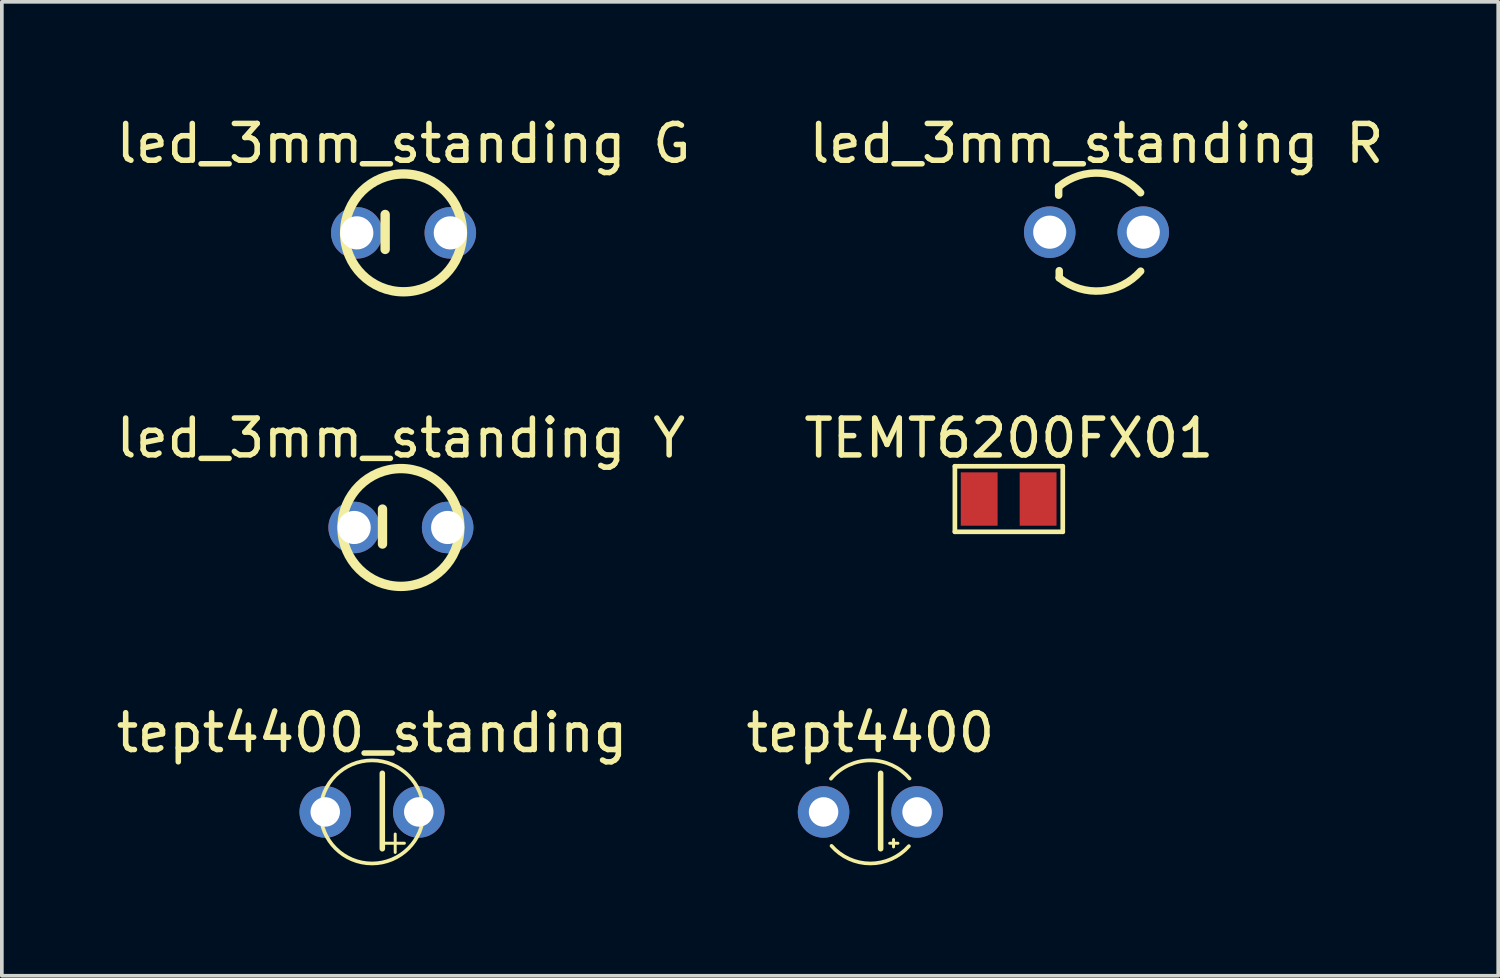
<source format=kicad_pcb>
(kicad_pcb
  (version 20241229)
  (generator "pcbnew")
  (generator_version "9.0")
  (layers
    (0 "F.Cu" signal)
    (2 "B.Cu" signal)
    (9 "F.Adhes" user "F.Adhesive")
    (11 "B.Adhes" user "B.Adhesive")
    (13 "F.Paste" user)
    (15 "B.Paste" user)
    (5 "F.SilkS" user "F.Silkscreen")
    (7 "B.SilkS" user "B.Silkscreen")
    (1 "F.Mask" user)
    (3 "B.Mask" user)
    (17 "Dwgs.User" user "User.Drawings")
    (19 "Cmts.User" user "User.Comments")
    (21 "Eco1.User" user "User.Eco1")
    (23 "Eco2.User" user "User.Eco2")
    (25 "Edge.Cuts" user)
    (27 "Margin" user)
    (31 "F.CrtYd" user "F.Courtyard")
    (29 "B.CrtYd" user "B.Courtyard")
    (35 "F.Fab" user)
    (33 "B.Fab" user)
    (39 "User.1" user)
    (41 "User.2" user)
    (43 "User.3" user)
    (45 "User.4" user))
  (footprint "tept4400"
    (layer "F.Cu")
    (at 20.589 19.003)
    (property "Reference" "tept4400" (at 0 -2.15 0) (layer "F.SilkS") (effects (font (size 1 1) (thickness 0.15))))
    (fp_line (start 0.28 1) (end 0.28 -1.05) (stroke (width 0.15) (type solid)) (layer "F.SilkS"))
    (fp_line (start 0.525 0.85) (end 0.75 0.85) (stroke (width 0.08) (type solid)) (layer "F.SilkS"))
    (fp_line (start 0.63 0.95) (end 0.63 0.75) (stroke (width 0.08) (type solid)) (layer "F.SilkS"))
    (fp_arc (start -1.069641 -0.903254) (mid -0.003015 -1.399997) (end 1.06574 -0.907853) (stroke (width 0.1) (type solid)) (layer "F.SilkS"))
    (fp_arc (start 1.047686 0.92863) (mid -0.00448 1.399993) (end -1.053607 0.921906) (stroke (width 0.1) (type solid)) (layer "F.SilkS"))
    (pad "C" thru_hole circle (at 1.27 0 270) (size 1.4 1.4) (drill 0.8) (layers "*.Cu" "*.Mask"))
    (pad "E" thru_hole circle (at -1.27 0) (size 1.4 1.4) (drill 0.8) (layers "*.Cu" "*.Mask")))
  (footprint "led_3mm_standing Y"
    (layer "F.Cu")
    (at 7.839 11.277)
    (property "Reference" "led_3mm_standing Y" (at 0 -2.427 0) (layer "F.SilkS") (effects (font (size 1 1) (thickness 0.15))))
    (fp_line (start -0.5 0.45) (end -0.5 -0.5) (stroke (width 0.254) (type solid)) (layer "F.SilkS"))
    (fp_circle (center 0 0) (end 0 -1.6) (stroke (width 0.254) (type solid)) (fill no) (layer "F.SilkS"))
    (pad "A" thru_hole circle (at 1.27 0 270) (size 1.4 1.4) (drill 0.9) (layers "*.Cu" "*.Mask"))
    (pad "K" thru_hole circle (at -1.27 0 270) (size 1.4 1.4) (drill 0.9) (layers "*.Cu" "*.Mask")))
  (footprint "led_3mm_standing R"
    (layer "F.Cu")
    (at 26.732 3.256)
    (property "Reference" "led_3mm_standing R" (at 0 -2.408 0) (layer "F.SilkS") (effects (font (size 1 1) (thickness 0.15))))
    (fp_line (start -1.028 -1.004) (end -1.028 -1.234) (stroke (width 0.203) (type solid)) (layer "F.SilkS"))
    (fp_line (start -1.012 1.239) (end -1.012 1.046) (stroke (width 0.203) (type solid)) (layer "F.SilkS"))
    (fp_arc (start -1.028418 -1.234101) (mid 0.117791 -1.602116) (end 1.197851 -1.070421) (stroke (width 0.2032) (type solid)) (layer "F.SilkS"))
    (fp_arc (start 1.199734 1.058602) (mid 0.13041 1.594676) (end -1.011803 1.239458) (stroke (width 0.2032) (type solid)) (layer "F.SilkS"))
    (pad "A" thru_hole circle (at 1.27 0 270) (size 1.4 1.4) (drill 0.9) (layers "*.Cu" "*.Mask"))
    (pad "K" thru_hole circle (at -1.27 0 270) (size 1.4 1.4) (drill 0.9) (layers "*.Cu" "*.Mask")))
  (footprint "tept4400_standing"
    (layer "F.Cu")
    (at 7.054 19.003)
    (property "Reference" "tept4400_standing" (at 0 -2.15 0) (layer "F.SilkS") (effects (font (size 1 1) (thickness 0.15))))
    (fp_line (start 0.28 0.85) (end 0.88 0.85) (stroke (width 0.08) (type solid)) (layer "F.SilkS"))
    (fp_line (start 0.28 1) (end 0.28 -1.05) (stroke (width 0.15) (type solid)) (layer "F.SilkS"))
    (fp_line (start 0.63 1.1) (end 0.63 0.6) (stroke (width 0.08) (type solid)) (layer "F.SilkS"))
    (fp_circle (center 0 0) (end 0 -1.4) (stroke (width 0.1) (type solid)) (fill no) (layer "F.SilkS"))
    (pad "1" thru_hole circle (at -1.27 0) (size 1.4 1.4) (drill 0.8) (layers "*.Cu" "*.Mask"))
    (pad "2" thru_hole circle (at 1.27 0 270) (size 1.4 1.4) (drill 0.8) (layers "*.Cu" "*.Mask")))
  (footprint "TEMT6200FX01"
    (layer "F.Cu")
    (at 24.346 10.504)
    (property "Reference" "TEMT6200FX01" (at 0.005 -1.653 0) (layer "F.SilkS") (effects (font (size 1 1) (thickness 0.15))))
    (fp_line (start -1.46 -0.89) (end 1.47 -0.89) (stroke (width 0.127) (type solid)) (layer "F.SilkS"))
    (fp_line (start -1.46 0.89) (end -1.46 -0.89) (stroke (width 0.127) (type solid)) (layer "F.SilkS"))
    (fp_line (start -1.46 0.89) (end 1.47 0.89) (stroke (width 0.127) (type solid)) (layer "F.SilkS"))
    (fp_line (start 1.47 0.89) (end 1.47 -0.89) (stroke (width 0.127) (type solid)) (layer "F.SilkS"))
    (pad "C" smd rect (at 0.8 0 90) (size 1.45 1) (layers "F.Cu" "F.Mask" "F.Paste"))
    (pad "E" smd rect (at -0.8 0 90) (size 1.45 1) (layers "F.Cu" "F.Mask" "F.Paste")))
  (footprint "led_3mm_standing G"
    (layer "F.Cu")
    (at 7.911 3.275)
    (property "Reference" "led_3mm_standing G" (at 0 -2.427 0) (layer "F.SilkS") (effects (font (size 1 1) (thickness 0.15))))
    (fp_line (start -0.5 0.45) (end -0.5 -0.5) (stroke (width 0.254) (type solid)) (layer "F.SilkS"))
    (fp_circle (center 0 0) (end 0 -1.6) (stroke (width 0.254) (type solid)) (fill no) (layer "F.SilkS"))
    (pad "A" thru_hole circle (at 1.27 0 270) (size 1.4 1.4) (drill 0.9) (layers "*.Cu" "*.Mask"))
    (pad "K" thru_hole circle (at -1.27 0 270) (size 1.4 1.4) (drill 0.9) (layers "*.Cu" "*.Mask")))
  (gr_rect
    (start -3 -3)
    (end 37.643 23.453)
    (stroke (width 0.1) (type default))
    (fill no)
    (layer "Edge.Cuts")))
</source>
